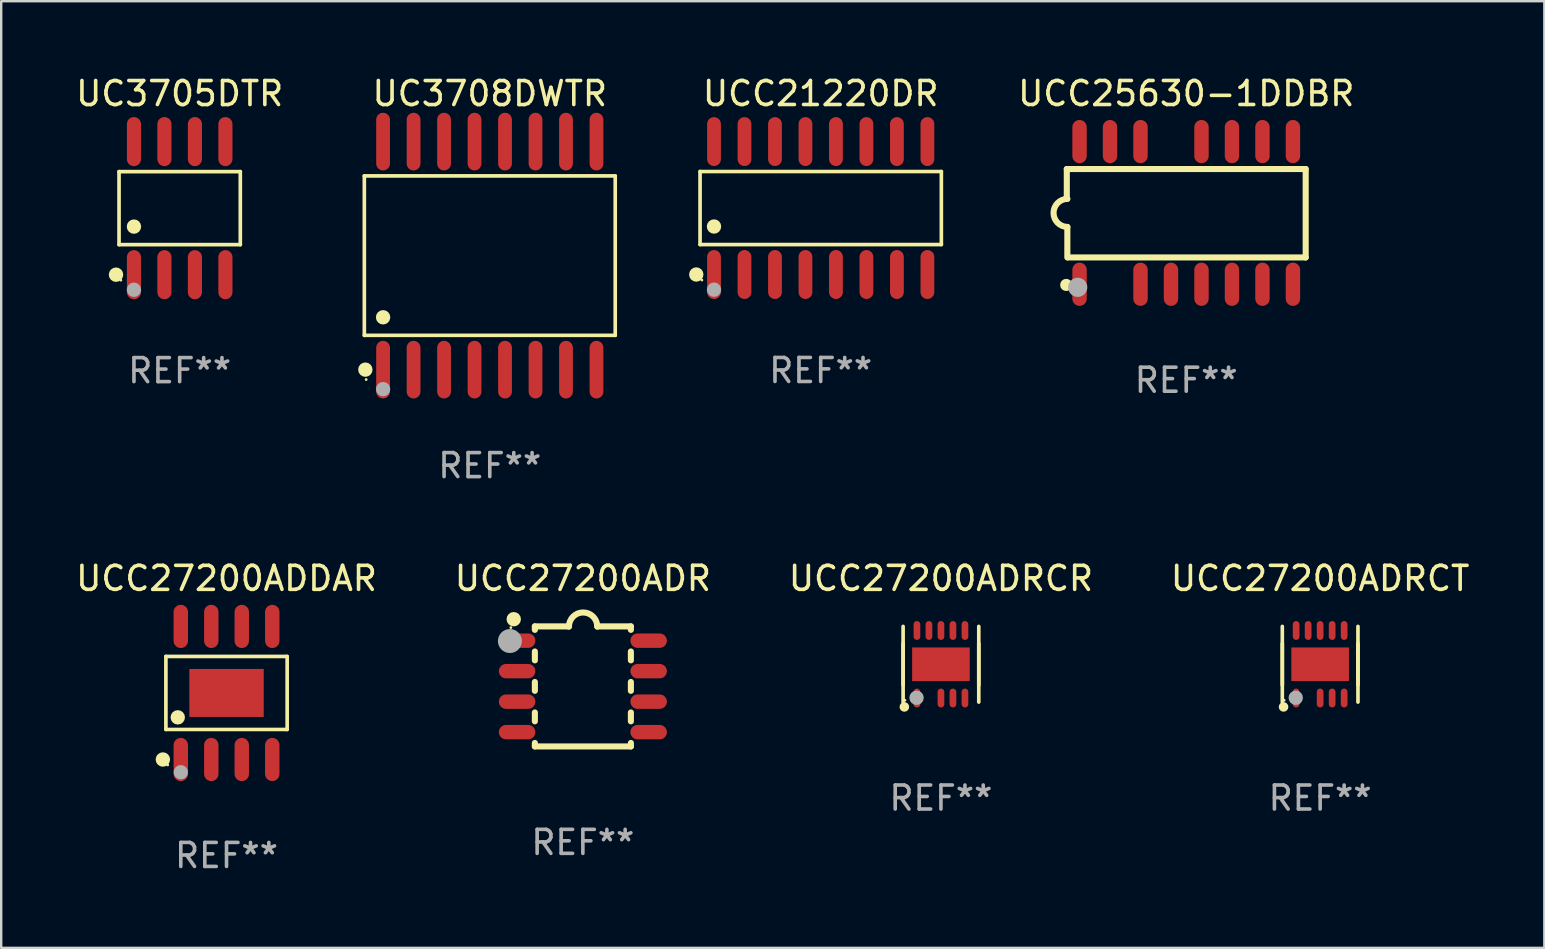
<source format=kicad_pcb>
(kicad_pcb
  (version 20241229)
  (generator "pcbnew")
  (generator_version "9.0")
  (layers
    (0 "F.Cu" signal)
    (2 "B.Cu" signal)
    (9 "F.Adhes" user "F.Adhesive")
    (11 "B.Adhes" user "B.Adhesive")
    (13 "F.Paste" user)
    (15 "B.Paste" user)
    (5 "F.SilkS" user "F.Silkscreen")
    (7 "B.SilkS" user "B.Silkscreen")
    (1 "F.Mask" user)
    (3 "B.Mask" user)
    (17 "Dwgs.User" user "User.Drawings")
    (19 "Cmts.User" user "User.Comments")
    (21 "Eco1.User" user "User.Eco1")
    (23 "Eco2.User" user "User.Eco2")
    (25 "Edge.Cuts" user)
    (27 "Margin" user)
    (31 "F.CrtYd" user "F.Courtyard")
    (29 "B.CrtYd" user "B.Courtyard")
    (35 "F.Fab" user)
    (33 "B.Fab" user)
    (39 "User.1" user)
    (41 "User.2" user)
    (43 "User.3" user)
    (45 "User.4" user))
  (footprint "UCC27200ADRCT"
    (layer "F.Cu")
    (at 51.946 24.622)
    (property "Reference" "UCC27200ADRCT" (at 0 -3.576 0) (layer "F.SilkS") (effects (font (size 1 1) (thickness 0.15))))
    (attr through_hole)
    (fp_line (start -1.576 -1.576) (end -1.576 0.863) (stroke (width 0.152) (type solid)) (layer "F.SilkS"))
    (fp_line (start -1.576 1.576) (end -1.576 -0.863) (stroke (width 0.152) (type solid)) (layer "F.SilkS"))
    (fp_line (start 1.576 -1.576) (end 1.576 0.863) (stroke (width 0.152) (type solid)) (layer "F.SilkS"))
    (fp_line (start 1.576 1.576) (end 1.576 -0.863) (stroke (width 0.152) (type solid)) (layer "F.SilkS"))
    (fp_circle (center -1.524 1.778) (end -1.424 1.778) (stroke (width 0.2) (type solid)) (fill no) (layer "F.SilkS"))
    (fp_circle (center -1.5 1.5) (end -1.47 1.5) (stroke (width 0.06) (type solid)) (fill no) (layer "F.SilkS"))
    (fp_circle (center -1.016 1.397) (end -0.866 1.397) (stroke (width 0.3) (type solid)) (fill no) (layer "F.Fab"))
    (fp_text user "REF**" (at 0 5.576 0) (layer "F.Fab") (effects (font (size 1 1) (thickness 0.15))))
    (pad "1" smd oval (at -1 1.407 90) (size 0.785 0.28) (layers "F.Cu" "F.Mask" "F.Paste"))
    (pad "2" smd oval (at 0.000127 1.407 90) (size 0.785 0.28) (layers "F.Cu" "F.Mask" "F.Paste"))
    (pad "3" smd oval (at 0.5 1.407 90) (size 0.785 0.28) (layers "F.Cu" "F.Mask" "F.Paste"))
    (pad "4" smd oval (at 1 1.407 90) (size 0.785 0.28) (layers "F.Cu" "F.Mask" "F.Paste"))
    (pad "5" smd oval (at 1 -1.407 90) (size 0.785 0.28) (layers "F.Cu" "F.Mask" "F.Paste"))
    (pad "6" smd oval (at 0.5 -1.407 90) (size 0.785 0.28) (layers "F.Cu" "F.Mask" "F.Paste"))
    (pad "7" smd oval (at 0.000127 -1.407 90) (size 0.785 0.28) (layers "F.Cu" "F.Mask" "F.Paste"))
    (pad "8" smd oval (at -0.5 -1.407 90) (size 0.785 0.28) (layers "F.Cu" "F.Mask" "F.Paste"))
    (pad "9" smd oval (at -1 -1.407 90) (size 0.785 0.28) (layers "F.Cu" "F.Mask" "F.Paste"))
    (pad "10" smd rect (at 0 0 90) (size 1.4 2.4) (layers "F.Cu" "F.Mask" "F.Paste")))
  (footprint "UC3705DTR"
    (layer "F.Cu")
    (at 4.435 5.621)
    (property "Reference" "UC3705DTR" (at 0 -4.772 0) (layer "F.SilkS") (effects (font (size 1 1) (thickness 0.15))))
    (attr through_hole)
    (fp_line (start -2.526 -1.521) (end 2.526 -1.521) (stroke (width 0.152) (type solid)) (layer "F.SilkS"))
    (fp_line (start -2.526 1.521) (end -2.526 -1.521) (stroke (width 0.152) (type solid)) (layer "F.SilkS"))
    (fp_line (start 2.526 -1.521) (end 2.526 1.521) (stroke (width 0.152) (type solid)) (layer "F.SilkS"))
    (fp_line (start 2.526 1.521) (end -2.526 1.521) (stroke (width 0.152) (type solid)) (layer "F.SilkS"))
    (fp_circle (center -2.652 2.772) (end -2.501 2.772) (stroke (width 0.3) (type solid)) (fill no) (layer "F.SilkS"))
    (fp_circle (center -2.45 3) (end -2.42 3) (stroke (width 0.06) (type solid)) (fill no) (layer "F.SilkS"))
    (fp_circle (center -1.905 0.769) (end -1.755 0.769) (stroke (width 0.3) (type solid)) (fill no) (layer "F.SilkS"))
    (fp_circle (center -1.905 3.4) (end -1.755 3.4) (stroke (width 0.3) (type solid)) (fill no) (layer "F.Fab"))
    (fp_text user "REF**" (at 0 6.772 0) (layer "F.Fab") (effects (font (size 1 1) (thickness 0.15))))
    (pad "1" smd oval (at -1.905 2.772) (size 0.588 2.045) (layers "F.Cu" "F.Mask" "F.Paste"))
    (pad "2" smd oval (at -0.635 2.772) (size 0.588 2.045) (layers "F.Cu" "F.Mask" "F.Paste"))
    (pad "3" smd oval (at 0.635 2.772) (size 0.588 2.045) (layers "F.Cu" "F.Mask" "F.Paste"))
    (pad "4" smd oval (at 1.905 2.772) (size 0.588 2.045) (layers "F.Cu" "F.Mask" "F.Paste"))
    (pad "5" smd oval (at 1.905 -2.772) (size 0.588 2.045) (layers "F.Cu" "F.Mask" "F.Paste"))
    (pad "6" smd oval (at 0.635 -2.772) (size 0.588 2.045) (layers "F.Cu" "F.Mask" "F.Paste"))
    (pad "7" smd oval (at -0.635 -2.772) (size 0.588 2.045) (layers "F.Cu" "F.Mask" "F.Paste"))
    (pad "8" smd oval (at -1.905 -2.772) (size 0.588 2.045) (layers "F.Cu" "F.Mask" "F.Paste")))
  (footprint "UCC27200ADRCR"
    (layer "F.Cu")
    (at 36.149 24.622)
    (property "Reference" "UCC27200ADRCR" (at 0 -3.576 0) (layer "F.SilkS") (effects (font (size 1 1) (thickness 0.15))))
    (attr through_hole)
    (fp_line (start -1.576 -1.576) (end -1.576 0.863) (stroke (width 0.152) (type solid)) (layer "F.SilkS"))
    (fp_line (start -1.576 1.576) (end -1.576 -0.863) (stroke (width 0.152) (type solid)) (layer "F.SilkS"))
    (fp_line (start 1.576 -1.576) (end 1.576 0.863) (stroke (width 0.152) (type solid)) (layer "F.SilkS"))
    (fp_line (start 1.576 1.576) (end 1.576 -0.863) (stroke (width 0.152) (type solid)) (layer "F.SilkS"))
    (fp_circle (center -1.524 1.778) (end -1.424 1.778) (stroke (width 0.2) (type solid)) (fill no) (layer "F.SilkS"))
    (fp_circle (center -1.5 1.5) (end -1.47 1.5) (stroke (width 0.06) (type solid)) (fill no) (layer "F.SilkS"))
    (fp_circle (center -1.016 1.397) (end -0.866 1.397) (stroke (width 0.3) (type solid)) (fill no) (layer "F.Fab"))
    (fp_text user "REF**" (at 0 5.576 0) (layer "F.Fab") (effects (font (size 1 1) (thickness 0.15))))
    (pad "1" smd oval (at -1 1.407 90) (size 0.785 0.28) (layers "F.Cu" "F.Mask" "F.Paste"))
    (pad "2" smd oval (at 0.000127 1.407 90) (size 0.785 0.28) (layers "F.Cu" "F.Mask" "F.Paste"))
    (pad "3" smd oval (at 0.5 1.407 90) (size 0.785 0.28) (layers "F.Cu" "F.Mask" "F.Paste"))
    (pad "4" smd oval (at 1 1.407 90) (size 0.785 0.28) (layers "F.Cu" "F.Mask" "F.Paste"))
    (pad "5" smd oval (at 1 -1.407 90) (size 0.785 0.28) (layers "F.Cu" "F.Mask" "F.Paste"))
    (pad "6" smd oval (at 0.5 -1.407 90) (size 0.785 0.28) (layers "F.Cu" "F.Mask" "F.Paste"))
    (pad "7" smd oval (at 0.000127 -1.407 90) (size 0.785 0.28) (layers "F.Cu" "F.Mask" "F.Paste"))
    (pad "8" smd oval (at -0.5 -1.407 90) (size 0.785 0.28) (layers "F.Cu" "F.Mask" "F.Paste"))
    (pad "9" smd oval (at -1 -1.407 90) (size 0.785 0.28) (layers "F.Cu" "F.Mask" "F.Paste"))
    (pad "10" smd rect (at 0 0 90) (size 1.4 2.4) (layers "F.Cu" "F.Mask" "F.Paste")))
  (footprint "UCC27200ADDAR"
    (layer "F.Cu")
    (at 6.387 25.818)
    (property "Reference" "UCC27200ADDAR" (at 0 -4.772 0) (layer "F.SilkS") (effects (font (size 1 1) (thickness 0.15))))
    (attr through_hole)
    (fp_line (start -2.526 -1.521) (end 2.526 -1.521) (stroke (width 0.152) (type solid)) (layer "F.SilkS"))
    (fp_line (start -2.526 1.521) (end -2.526 -1.521) (stroke (width 0.152) (type solid)) (layer "F.SilkS"))
    (fp_line (start 2.526 -1.521) (end 2.526 1.521) (stroke (width 0.152) (type solid)) (layer "F.SilkS"))
    (fp_line (start 2.526 1.521) (end -2.526 1.521) (stroke (width 0.152) (type solid)) (layer "F.SilkS"))
    (fp_circle (center -2.652 2.772) (end -2.501 2.772) (stroke (width 0.3) (type solid)) (fill no) (layer "F.SilkS"))
    (fp_circle (center -2.45 3) (end -2.42 3) (stroke (width 0.06) (type solid)) (fill no) (layer "F.SilkS"))
    (fp_circle (center -2.032 1.016) (end -1.882 1.016) (stroke (width 0.3) (type solid)) (fill no) (layer "F.SilkS"))
    (fp_circle (center -1.905 3.302) (end -1.755 3.302) (stroke (width 0.3) (type solid)) (fill no) (layer "F.Fab"))
    (fp_text user "REF**" (at 0 6.772 0) (layer "F.Fab") (effects (font (size 1 1) (thickness 0.15))))
    (pad "1" smd oval (at -1.905 2.772) (size 0.6 1.8) (layers "F.Cu" "F.Mask" "F.Paste"))
    (pad "2" smd oval (at -0.635 2.772) (size 0.6 1.8) (layers "F.Cu" "F.Mask" "F.Paste"))
    (pad "3" smd oval (at 0.635 2.772) (size 0.6 1.8) (layers "F.Cu" "F.Mask" "F.Paste"))
    (pad "4" smd oval (at 1.905 2.772) (size 0.6 1.8) (layers "F.Cu" "F.Mask" "F.Paste"))
    (pad "5" smd oval (at 1.905 -2.772) (size 0.6 1.8) (layers "F.Cu" "F.Mask" "F.Paste"))
    (pad "6" smd oval (at 0.635 -2.772) (size 0.6 1.8) (layers "F.Cu" "F.Mask" "F.Paste"))
    (pad "7" smd oval (at -0.635 -2.772) (size 0.6 1.8) (layers "F.Cu" "F.Mask" "F.Paste"))
    (pad "8" smd oval (at -1.905 -2.772) (size 0.6 1.8) (layers "F.Cu" "F.Mask" "F.Paste"))
    (pad "9" smd rect (at 0 0) (size 3.1 2) (layers "F.Cu" "F.Mask" "F.Paste")))
  (footprint "UCC27200ADR"
    (layer "F.Cu")
    (at 21.232 25.545)
    (property "Reference" "UCC27200ADR" (at 0 -4.5 0) (layer "F.SilkS") (effects (font (size 1 1) (thickness 0.15))))
    (attr through_hole)
    (fp_line (start -2 -2.5) (end -2 -2.356) (stroke (width 0.254) (type solid)) (layer "F.SilkS"))
    (fp_line (start -2 -1.454) (end -2 -1.086) (stroke (width 0.254) (type solid)) (layer "F.SilkS"))
    (fp_line (start -2 -0.184) (end -2 0.184) (stroke (width 0.254) (type solid)) (layer "F.SilkS"))
    (fp_line (start -2 1.086) (end -2 1.454) (stroke (width 0.254) (type solid)) (layer "F.SilkS"))
    (fp_line (start -2 2.356) (end -2 2.5) (stroke (width 0.254) (type solid)) (layer "F.SilkS"))
    (fp_line (start -0.58 -2.5) (end -2 -2.5) (stroke (width 0.254) (type solid)) (layer "F.SilkS"))
    (fp_line (start 2 -2.5) (end 0.6 -2.5) (stroke (width 0.254) (type solid)) (layer "F.SilkS"))
    (fp_line (start 2 -2.5) (end 2 -2.356) (stroke (width 0.254) (type solid)) (layer "F.SilkS"))
    (fp_line (start 2 -1.454) (end 2 -1.086) (stroke (width 0.254) (type solid)) (layer "F.SilkS"))
    (fp_line (start 2 -0.184) (end 2 0.184) (stroke (width 0.254) (type solid)) (layer "F.SilkS"))
    (fp_line (start 2 1.086) (end 2 1.454) (stroke (width 0.254) (type solid)) (layer "F.SilkS"))
    (fp_line (start 2 2.356) (end 2 2.5) (stroke (width 0.254) (type solid)) (layer "F.SilkS"))
    (fp_line (start 2 2.5) (end -2 2.5) (stroke (width 0.254) (type solid)) (layer "F.SilkS"))
    (fp_arc (start -0.579908 -2.489992) (mid 0.010097 -3.07831) (end 0.600102 -2.489992) (stroke (width 0.254001) (type solid)) (layer "F.SilkS"))
    (fp_circle (center -3 -2.45) (end -2.97 -2.45) (stroke (width 0.06) (type solid)) (fill no) (layer "F.SilkS"))
    (fp_circle (center -2.88 -2.8) (end -2.73 -2.8) (stroke (width 0.3) (type solid)) (fill no) (layer "F.SilkS"))
    (fp_circle (center -3.04 -1.89) (end -2.79 -1.89) (stroke (width 0.5) (type solid)) (fill no) (layer "F.Fab"))
    (fp_text user "REF**" (at 0 6.5 0) (layer "F.Fab") (effects (font (size 1 1) (thickness 0.15))))
    (pad "1" smd oval (at -2.74 -1.905 90) (size 0.6 1.52) (layers "F.Cu" "F.Mask" "F.Paste"))
    (pad "2" smd oval (at -2.74 -0.635 90) (size 0.6 1.52) (layers "F.Cu" "F.Mask" "F.Paste"))
    (pad "3" smd oval (at -2.74 0.635 90) (size 0.6 1.52) (layers "F.Cu" "F.Mask" "F.Paste"))
    (pad "4" smd oval (at -2.74 1.905 90) (size 0.6 1.52) (layers "F.Cu" "F.Mask" "F.Paste"))
    (pad "5" smd oval (at 2.74 1.905 90) (size 0.6 1.52) (layers "F.Cu" "F.Mask" "F.Paste"))
    (pad "6" smd oval (at 2.74 0.635 90) (size 0.6 1.52) (layers "F.Cu" "F.Mask" "F.Paste"))
    (pad "7" smd oval (at 2.74 -0.635 90) (size 0.6 1.52) (layers "F.Cu" "F.Mask" "F.Paste"))
    (pad "8" smd oval (at 2.74 -1.905 90) (size 0.6 1.52) (layers "F.Cu" "F.Mask" "F.Paste")))
  (footprint "UCC21220DR"
    (layer "F.Cu")
    (at 31.14 5.617)
    (property "Reference" "UCC21220DR" (at 0 -4.769 0) (layer "F.SilkS") (effects (font (size 1 1) (thickness 0.15))))
    (attr through_hole)
    (fp_line (start -5.026 -1.521) (end 5.026 -1.521) (stroke (width 0.152) (type solid)) (layer "F.SilkS"))
    (fp_line (start -5.026 1.521) (end -5.026 -1.521) (stroke (width 0.152) (type solid)) (layer "F.SilkS"))
    (fp_line (start 5.026 -1.521) (end 5.026 1.521) (stroke (width 0.152) (type solid)) (layer "F.SilkS"))
    (fp_line (start 5.026 1.521) (end -5.026 1.521) (stroke (width 0.152) (type solid)) (layer "F.SilkS"))
    (fp_circle (center -5.184 2.769) (end -5.034 2.769) (stroke (width 0.3) (type solid)) (fill no) (layer "F.SilkS"))
    (fp_circle (center -4.95 3) (end -4.92 3) (stroke (width 0.06) (type solid)) (fill no) (layer "F.SilkS"))
    (fp_circle (center -4.445 0.769) (end -4.295 0.769) (stroke (width 0.3) (type solid)) (fill no) (layer "F.SilkS"))
    (fp_circle (center -4.445 3.4) (end -4.295 3.4) (stroke (width 0.3) (type solid)) (fill no) (layer "F.Fab"))
    (fp_text user "REF**" (at 0 6.769 0) (layer "F.Fab") (effects (font (size 1 1) (thickness 0.15))))
    (pad "1" smd oval (at -4.445 2.769) (size 0.574 2.038) (layers "F.Cu" "F.Mask" "F.Paste"))
    (pad "2" smd oval (at -3.175 2.769) (size 0.574 2.038) (layers "F.Cu" "F.Mask" "F.Paste"))
    (pad "3" smd oval (at -1.905 2.769) (size 0.574 2.038) (layers "F.Cu" "F.Mask" "F.Paste"))
    (pad "4" smd oval (at -0.635 2.769) (size 0.574 2.038) (layers "F.Cu" "F.Mask" "F.Paste"))
    (pad "5" smd oval (at 0.635 2.769) (size 0.574 2.038) (layers "F.Cu" "F.Mask" "F.Paste"))
    (pad "6" smd oval (at 1.905 2.769) (size 0.574 2.038) (layers "F.Cu" "F.Mask" "F.Paste"))
    (pad "7" smd oval (at 3.175 2.769) (size 0.574 2.038) (layers "F.Cu" "F.Mask" "F.Paste"))
    (pad "8" smd oval (at 4.445 2.769) (size 0.574 2.038) (layers "F.Cu" "F.Mask" "F.Paste"))
    (pad "9" smd oval (at 4.445 -2.769) (size 0.574 2.038) (layers "F.Cu" "F.Mask" "F.Paste"))
    (pad "10" smd oval (at 3.175 -2.769) (size 0.574 2.038) (layers "F.Cu" "F.Mask" "F.Paste"))
    (pad "11" smd oval (at 1.905 -2.769) (size 0.574 2.038) (layers "F.Cu" "F.Mask" "F.Paste"))
    (pad "12" smd oval (at 0.635 -2.769) (size 0.574 2.038) (layers "F.Cu" "F.Mask" "F.Paste"))
    (pad "13" smd oval (at -0.635 -2.769) (size 0.574 2.038) (layers "F.Cu" "F.Mask" "F.Paste"))
    (pad "14" smd oval (at -1.905 -2.769) (size 0.574 2.038) (layers "F.Cu" "F.Mask" "F.Paste"))
    (pad "15" smd oval (at -3.175 -2.769) (size 0.574 2.038) (layers "F.Cu" "F.Mask" "F.Paste"))
    (pad "16" smd oval (at -4.445 -2.769) (size 0.574 2.038) (layers "F.Cu" "F.Mask" "F.Paste")))
  (footprint "UC3708DWTR"
    (layer "F.Cu")
    (at 17.354 7.599)
    (property "Reference" "UC3708DWTR" (at 0 -6.75 0) (layer "F.SilkS") (effects (font (size 1 1) (thickness 0.15))))
    (attr through_hole)
    (fp_line (start -5.226 -3.321) (end 5.226 -3.321) (stroke (width 0.152) (type solid)) (layer "F.SilkS"))
    (fp_line (start -5.226 3.321) (end -5.226 -3.321) (stroke (width 0.152) (type solid)) (layer "F.SilkS"))
    (fp_line (start 5.226 -3.321) (end 5.226 3.321) (stroke (width 0.152) (type solid)) (layer "F.SilkS"))
    (fp_line (start 5.226 3.321) (end -5.226 3.321) (stroke (width 0.152) (type solid)) (layer "F.SilkS"))
    (fp_circle (center -5.184 4.75) (end -5.034 4.75) (stroke (width 0.3) (type solid)) (fill no) (layer "F.SilkS"))
    (fp_circle (center -5.15 5.163) (end -5.12 5.163) (stroke (width 0.06) (type solid)) (fill no) (layer "F.SilkS"))
    (fp_circle (center -4.445 2.569) (end -4.295 2.569) (stroke (width 0.3) (type solid)) (fill no) (layer "F.SilkS"))
    (fp_circle (center -4.445 5.563) (end -4.295 5.563) (stroke (width 0.3) (type solid)) (fill no) (layer "F.Fab"))
    (fp_text user "REF**" (at 0 8.75 0) (layer "F.Fab") (effects (font (size 1 1) (thickness 0.15))))
    (pad "1" smd oval (at -4.445 4.75) (size 0.574 2.401) (layers "F.Cu" "F.Mask" "F.Paste"))
    (pad "2" smd oval (at -3.175 4.75) (size 0.574 2.401) (layers "F.Cu" "F.Mask" "F.Paste"))
    (pad "3" smd oval (at -1.905 4.75) (size 0.574 2.401) (layers "F.Cu" "F.Mask" "F.Paste"))
    (pad "4" smd oval (at -0.635 4.75) (size 0.574 2.401) (layers "F.Cu" "F.Mask" "F.Paste"))
    (pad "5" smd oval (at 0.635 4.75) (size 0.574 2.401) (layers "F.Cu" "F.Mask" "F.Paste"))
    (pad "6" smd oval (at 1.905 4.75) (size 0.574 2.401) (layers "F.Cu" "F.Mask" "F.Paste"))
    (pad "7" smd oval (at 3.175 4.75) (size 0.574 2.401) (layers "F.Cu" "F.Mask" "F.Paste"))
    (pad "8" smd oval (at 4.445 4.75) (size 0.574 2.401) (layers "F.Cu" "F.Mask" "F.Paste"))
    (pad "9" smd oval (at 4.445 -4.75) (size 0.574 2.401) (layers "F.Cu" "F.Mask" "F.Paste"))
    (pad "10" smd oval (at 3.175 -4.75) (size 0.574 2.401) (layers "F.Cu" "F.Mask" "F.Paste"))
    (pad "11" smd oval (at 1.905 -4.75) (size 0.574 2.401) (layers "F.Cu" "F.Mask" "F.Paste"))
    (pad "12" smd oval (at 0.635 -4.75) (size 0.574 2.401) (layers "F.Cu" "F.Mask" "F.Paste"))
    (pad "13" smd oval (at -0.635 -4.75) (size 0.574 2.401) (layers "F.Cu" "F.Mask" "F.Paste"))
    (pad "14" smd oval (at -1.905 -4.75) (size 0.574 2.401) (layers "F.Cu" "F.Mask" "F.Paste"))
    (pad "15" smd oval (at -3.175 -4.75) (size 0.574 2.401) (layers "F.Cu" "F.Mask" "F.Paste"))
    (pad "16" smd oval (at -4.445 -4.75) (size 0.574 2.401) (layers "F.Cu" "F.Mask" "F.Paste")))
  (footprint "UCC25630-1DDBR"
    (layer "F.Cu")
    (at 46.368 5.82)
    (property "Reference" "UCC25630-1DDBR" (at 0 -4.972 0) (layer "F.SilkS") (effects (font (size 1 1) (thickness 0.15))))
    (attr through_hole)
    (fp_line (start -4.976 -1.829) (end -4.976 -0.584) (stroke (width 0.254) (type solid)) (layer "F.SilkS"))
    (fp_line (start -4.953 0.584) (end -4.953 1.854) (stroke (width 0.254) (type solid)) (layer "F.SilkS"))
    (fp_line (start -4.928 1.854) (end 4.976 1.854) (stroke (width 0.254) (type solid)) (layer "F.SilkS"))
    (fp_line (start 4.976 -1.829) (end -4.976 -1.829) (stroke (width 0.254) (type solid)) (layer "F.SilkS"))
    (fp_line (start 4.976 1.854) (end 4.976 -1.829) (stroke (width 0.254) (type solid)) (layer "F.SilkS"))
    (fp_arc (start -4.95301 0.584201) (mid -5.533866 -0.00152) (end -4.950088 -0.584329) (stroke (width 0.254001) (type solid)) (layer "F.SilkS"))
    (fp_circle (center -5 3) (end -4.873 3) (stroke (width 0.254) (type solid)) (fill no) (layer "F.SilkS"))
    (fp_circle (center -4.521 3.099) (end -4.321 3.099) (stroke (width 0.4) (type solid)) (fill no) (layer "F.Fab"))
    (fp_text user "REF**" (at 0 6.972 0) (layer "F.Fab") (effects (font (size 1 1) (thickness 0.15))))
    (pad "1" smd oval (at -4.445 2.972 180) (size 0.6 1.8) (layers "F.Cu" "F.Mask" "F.Paste"))
    (pad "3" smd oval (at -1.905 2.972 180) (size 0.6 1.8) (layers "F.Cu" "F.Mask" "F.Paste"))
    (pad "4" smd oval (at -0.635 2.972 180) (size 0.6 1.8) (layers "F.Cu" "F.Mask" "F.Paste"))
    (pad "5" smd oval (at 0.635 2.972 180) (size 0.6 1.8) (layers "F.Cu" "F.Mask" "F.Paste"))
    (pad "6" smd oval (at 1.905 2.972 180) (size 0.6 1.8) (layers "F.Cu" "F.Mask" "F.Paste"))
    (pad "7" smd oval (at 3.175 2.972 180) (size 0.6 1.8) (layers "F.Cu" "F.Mask" "F.Paste"))
    (pad "8" smd oval (at 4.445 2.972 180) (size 0.6 1.8) (layers "F.Cu" "F.Mask" "F.Paste"))
    (pad "9" smd oval (at 4.445 -2.972 180) (size 0.6 1.8) (layers "F.Cu" "F.Mask" "F.Paste"))
    (pad "10" smd oval (at 3.175 -2.972 180) (size 0.6 1.8) (layers "F.Cu" "F.Mask" "F.Paste"))
    (pad "11" smd oval (at 1.905 -2.972 180) (size 0.6 1.8) (layers "F.Cu" "F.Mask" "F.Paste"))
    (pad "12" smd oval (at 0.635 -2.972 180) (size 0.6 1.8) (layers "F.Cu" "F.Mask" "F.Paste"))
    (pad "14" smd oval (at -1.905 -2.972 180) (size 0.6 1.8) (layers "F.Cu" "F.Mask" "F.Paste"))
    (pad "15" smd oval (at -3.175 -2.972 180) (size 0.6 1.8) (layers "F.Cu" "F.Mask" "F.Paste"))
    (pad "16" smd oval (at -4.445 -2.972 180) (size 0.6 1.8) (layers "F.Cu" "F.Mask" "F.Paste")))
  (gr_rect
    (start -3 -3)
    (end 61.286 36.438)
    (stroke (width 0.1) (type default))
    (fill no)
    (layer "Edge.Cuts")))
</source>
